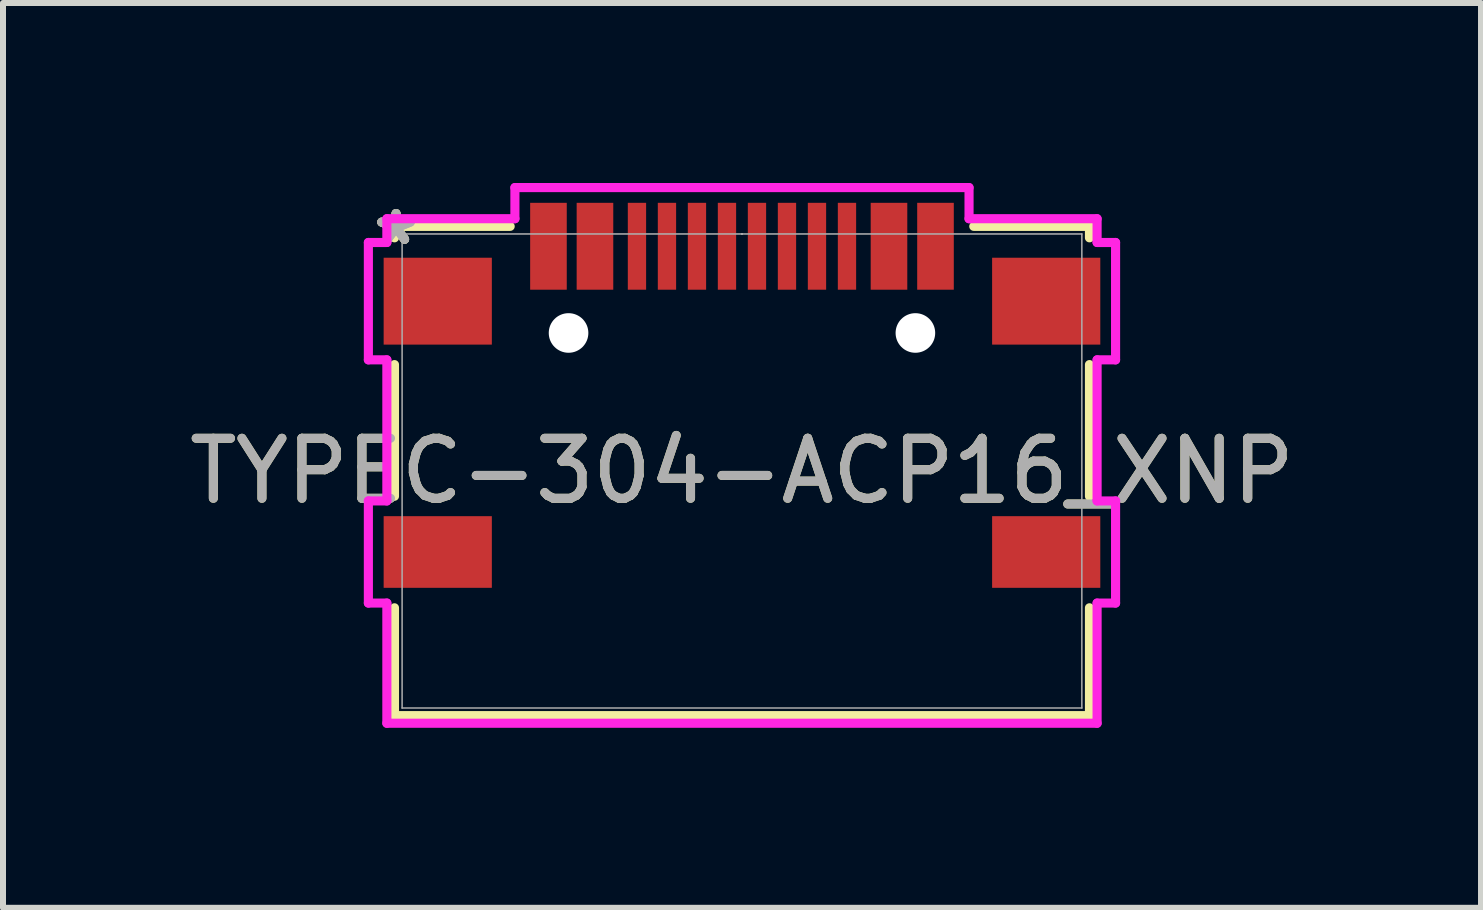
<source format=kicad_pcb>
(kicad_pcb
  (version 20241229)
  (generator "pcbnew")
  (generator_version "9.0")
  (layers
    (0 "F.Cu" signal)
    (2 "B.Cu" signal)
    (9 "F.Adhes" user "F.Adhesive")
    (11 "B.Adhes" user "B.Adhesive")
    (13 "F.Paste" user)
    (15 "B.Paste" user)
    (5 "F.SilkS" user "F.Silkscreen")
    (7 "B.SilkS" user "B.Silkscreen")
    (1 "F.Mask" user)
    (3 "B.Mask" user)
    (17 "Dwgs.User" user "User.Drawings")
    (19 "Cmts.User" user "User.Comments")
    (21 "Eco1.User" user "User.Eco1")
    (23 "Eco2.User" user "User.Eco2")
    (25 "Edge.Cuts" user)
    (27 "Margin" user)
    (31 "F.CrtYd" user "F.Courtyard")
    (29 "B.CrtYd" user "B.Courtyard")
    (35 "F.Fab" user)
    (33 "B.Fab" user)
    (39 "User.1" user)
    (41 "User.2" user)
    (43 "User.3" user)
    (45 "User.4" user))
  (footprint "TYPEC-304-ACP16_XNP"
    (layer "F.Cu")
    (at 9.315 4.799)
    (property "Reference" "TYPEC-304-ACP16_XNP" (at 0 0 0) (unlocked yes) (layer "F.SilkS") (effects (font (size 1 1) (thickness 0.15))))
    (attr smd)
    (fp_line (start -5.791 -4.077) (end -5.791 -3.886) (stroke (width 0.152) (type solid)) (layer "F.SilkS"))
    (fp_line (start -5.791 -1.773) (end -5.791 0.421) (stroke (width 0.152) (type solid)) (layer "F.SilkS"))
    (fp_line (start -5.791 2.28) (end -5.791 4.077) (stroke (width 0.152) (type solid)) (layer "F.SilkS"))
    (fp_line (start -5.791 4.077) (end 5.791 4.077) (stroke (width 0.152) (type solid)) (layer "F.SilkS"))
    (fp_line (start -3.863 -4.077) (end -5.791 -4.077) (stroke (width 0.152) (type solid)) (layer "F.SilkS"))
    (fp_line (start 5.791 -4.077) (end 3.863 -4.077) (stroke (width 0.152) (type solid)) (layer "F.SilkS"))
    (fp_line (start 5.791 -3.886) (end 5.791 -4.077) (stroke (width 0.152) (type solid)) (layer "F.SilkS"))
    (fp_line (start 5.791 0.421) (end 5.791 -1.773) (stroke (width 0.152) (type solid)) (layer "F.SilkS"))
    (fp_line (start 5.791 4.077) (end 5.791 2.28) (stroke (width 0.152) (type solid)) (layer "F.SilkS"))
    (fp_line (start -6.226 -3.808) (end -6.226 -1.852) (stroke (width 0.152) (type solid)) (layer "F.CrtYd"))
    (fp_line (start -6.226 -1.852) (end -5.918 -1.852) (stroke (width 0.152) (type solid)) (layer "F.CrtYd"))
    (fp_line (start -6.226 0.499) (end -6.226 2.201) (stroke (width 0.152) (type solid)) (layer "F.CrtYd"))
    (fp_line (start -6.226 2.201) (end -5.918 2.201) (stroke (width 0.152) (type solid)) (layer "F.CrtYd"))
    (fp_line (start -5.918 -4.204) (end -5.918 -3.808) (stroke (width 0.152) (type solid)) (layer "F.CrtYd"))
    (fp_line (start -5.918 -3.808) (end -6.226 -3.808) (stroke (width 0.152) (type solid)) (layer "F.CrtYd"))
    (fp_line (start -5.918 -1.852) (end -5.918 0.499) (stroke (width 0.152) (type solid)) (layer "F.CrtYd"))
    (fp_line (start -5.918 0.499) (end -6.226 0.499) (stroke (width 0.152) (type solid)) (layer "F.CrtYd"))
    (fp_line (start -5.918 2.201) (end -5.918 4.204) (stroke (width 0.152) (type solid)) (layer "F.CrtYd"))
    (fp_line (start -5.918 4.204) (end 5.918 4.204) (stroke (width 0.152) (type solid)) (layer "F.CrtYd"))
    (fp_line (start -3.784 -4.723) (end -3.784 -4.204) (stroke (width 0.152) (type solid)) (layer "F.CrtYd"))
    (fp_line (start -3.784 -4.204) (end -5.918 -4.204) (stroke (width 0.152) (type solid)) (layer "F.CrtYd"))
    (fp_line (start 3.784 -4.723) (end -3.784 -4.723) (stroke (width 0.152) (type solid)) (layer "F.CrtYd"))
    (fp_line (start 3.784 -4.204) (end 3.784 -4.723) (stroke (width 0.152) (type solid)) (layer "F.CrtYd"))
    (fp_line (start 5.918 -4.204) (end 3.784 -4.204) (stroke (width 0.152) (type solid)) (layer "F.CrtYd"))
    (fp_line (start 5.918 -3.808) (end 5.918 -4.204) (stroke (width 0.152) (type solid)) (layer "F.CrtYd"))
    (fp_line (start 5.918 -1.852) (end 6.226 -1.852) (stroke (width 0.152) (type solid)) (layer "F.CrtYd"))
    (fp_line (start 5.918 0.499) (end 5.918 -1.852) (stroke (width 0.152) (type solid)) (layer "F.CrtYd"))
    (fp_line (start 5.918 2.201) (end 6.226 2.201) (stroke (width 0.152) (type solid)) (layer "F.CrtYd"))
    (fp_line (start 5.918 4.204) (end 5.918 2.201) (stroke (width 0.152) (type solid)) (layer "F.CrtYd"))
    (fp_line (start 6.226 -3.808) (end 5.918 -3.808) (stroke (width 0.152) (type solid)) (layer "F.CrtYd"))
    (fp_line (start 6.226 -1.852) (end 6.226 -3.808) (stroke (width 0.152) (type solid)) (layer "F.CrtYd"))
    (fp_line (start 6.226 0.499) (end 5.918 0.499) (stroke (width 0.152) (type solid)) (layer "F.CrtYd"))
    (fp_line (start 6.226 2.201) (end 6.226 0.499) (stroke (width 0.152) (type solid)) (layer "F.CrtYd"))
    (fp_line (start -5.664 -3.95) (end -5.664 3.95) (stroke (width 0.025) (type solid)) (layer "F.Fab"))
    (fp_line (start -5.664 3.95) (end 5.664 3.95) (stroke (width 0.025) (type solid)) (layer "F.Fab"))
    (fp_line (start 0 -3.95) (end 0 -3.95) (stroke (width 0.025) (type solid)) (layer "F.Fab"))
    (fp_line (start 0 -3.95) (end 0 -3.95) (stroke (width 0.025) (type solid)) (layer "F.Fab"))
    (fp_line (start 0 -3.95) (end 0 -3.95) (stroke (width 0.025) (type solid)) (layer "F.Fab"))
    (fp_line (start 0 -3.95) (end 0 -3.95) (stroke (width 0.025) (type solid)) (layer "F.Fab"))
    (fp_line (start 5.664 -3.95) (end -5.664 -3.95) (stroke (width 0.025) (type solid)) (layer "F.Fab"))
    (fp_line (start 5.664 3.95) (end 5.664 -3.95) (stroke (width 0.025) (type solid)) (layer "F.Fab"))
    (fp_text user "*" (at -5.765 -3.745 0) (unlocked yes) (layer "F.SilkS") (effects (font (size 1 1) (thickness 0.15))))
    (fp_text user "*" (at -5.765 -3.745 0) (layer "F.SilkS") (effects (font (size 1 1) (thickness 0.15))))
    (fp_text user "*" (at -5.765 -3.745 0) (unlocked yes) (layer "F.Fab") (effects (font (size 1 1) (thickness 0.15))))
    (fp_text user "*" (at -5.765 -3.745 0) (layer "F.Fab") (effects (font (size 1 1) (thickness 0.15))))
    (fp_text user "${REFERENCE}" (at 0 0 0) (unlocked yes) (layer "F.Fab") (effects (font (size 1 1) (thickness 0.15))))
    (pad "" np_thru_hole circle (at -2.89 -2.3) (size 0.66 0.66) (drill 0.66) (layers "*.Cu" "*.Mask"))
    (pad "" np_thru_hole circle (at 2.89 -2.3) (size 0.66 0.66) (drill 0.66) (layers "*.Cu" "*.Mask"))
    (pad "15" smd rect (at -5.07 -2.83) (size 1.803 1.448) (layers "F.Cu" "F.Mask" "F.Paste"))
    (pad "16" smd rect (at 5.07 -2.83) (size 1.803 1.448) (layers "F.Cu" "F.Mask" "F.Paste"))
    (pad "17" smd rect (at -5.07 1.35) (size 1.803 1.194) (layers "F.Cu" "F.Mask" "F.Paste"))
    (pad "18" smd rect (at 5.07 1.35) (size 1.803 1.194) (layers "F.Cu" "F.Mask" "F.Paste"))
    (pad "A1-B12" smd rect (at -3.225 -3.745) (size 0.61 1.448) (layers "F.Cu" "F.Mask" "F.Paste"))
    (pad "A4-B9" smd rect (at -2.45 -3.745) (size 0.61 1.448) (layers "F.Cu" "F.Mask" "F.Paste"))
    (pad "A5" smd rect (at -1.25 -3.745) (size 0.305 1.448) (layers "F.Cu" "F.Mask" "F.Paste"))
    (pad "A6" smd rect (at -0.25 -3.745) (size 0.305 1.448) (layers "F.Cu" "F.Mask" "F.Paste"))
    (pad "A7" smd rect (at 0.25 -3.745) (size 0.305 1.448) (layers "F.Cu" "F.Mask" "F.Paste"))
    (pad "A8" smd rect (at 1.25 -3.745) (size 0.305 1.448) (layers "F.Cu" "F.Mask" "F.Paste"))
    (pad "B1-A12" smd rect (at 3.225 -3.745) (size 0.61 1.448) (layers "F.Cu" "F.Mask" "F.Paste"))
    (pad "B4-A9" smd rect (at 2.45 -3.745) (size 0.61 1.448) (layers "F.Cu" "F.Mask" "F.Paste"))
    (pad "B5" smd rect (at 1.75 -3.745) (size 0.305 1.448) (layers "F.Cu" "F.Mask" "F.Paste"))
    (pad "B6" smd rect (at 0.75 -3.745) (size 0.305 1.448) (layers "F.Cu" "F.Mask" "F.Paste"))
    (pad "B7" smd rect (at -0.75 -3.745) (size 0.305 1.448) (layers "F.Cu" "F.Mask" "F.Paste"))
    (pad "B8" smd rect (at -1.75 -3.745) (size 0.305 1.448) (layers "F.Cu" "F.Mask" "F.Paste")))
  (gr_rect
    (start -3 -3)
    (end 21.631 12.079)
    (stroke (width 0.1) (type default))
    (fill no)
    (layer "Edge.Cuts")))
</source>
